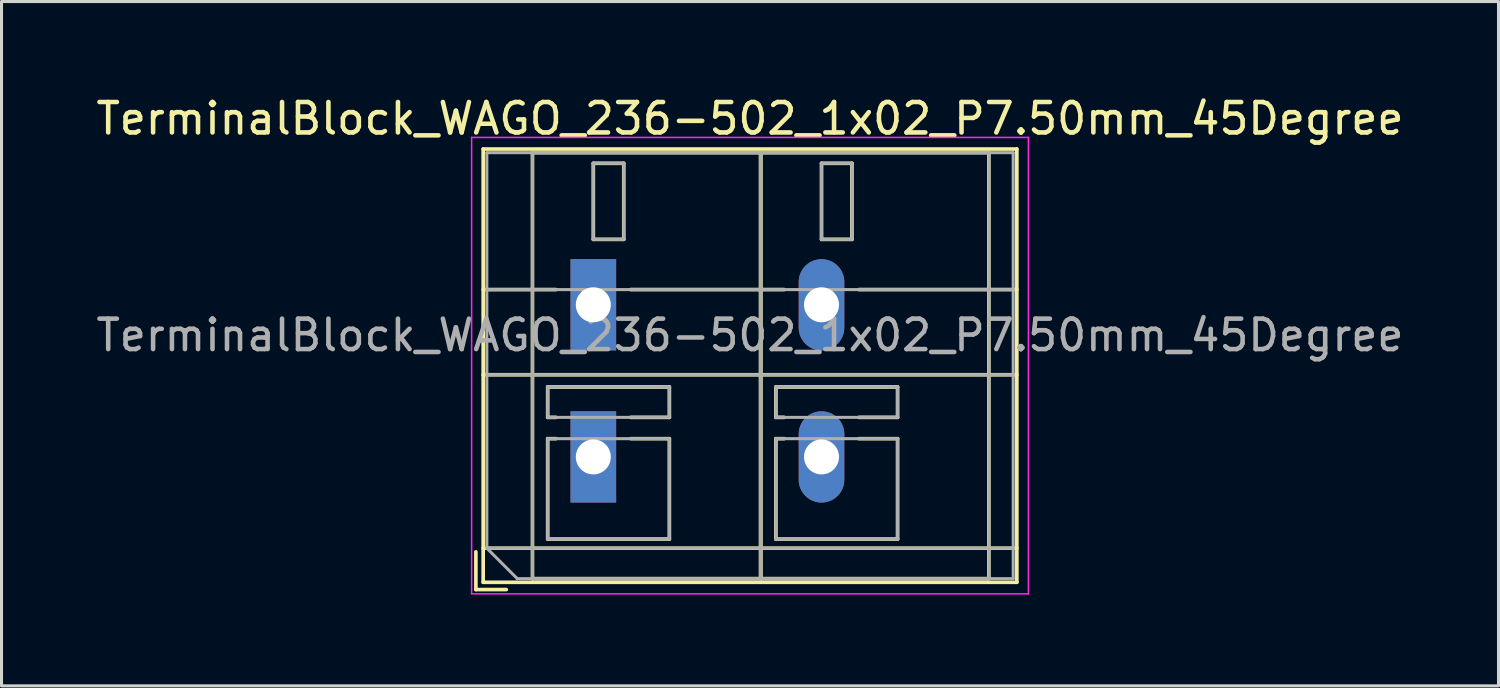
<source format=kicad_pcb>
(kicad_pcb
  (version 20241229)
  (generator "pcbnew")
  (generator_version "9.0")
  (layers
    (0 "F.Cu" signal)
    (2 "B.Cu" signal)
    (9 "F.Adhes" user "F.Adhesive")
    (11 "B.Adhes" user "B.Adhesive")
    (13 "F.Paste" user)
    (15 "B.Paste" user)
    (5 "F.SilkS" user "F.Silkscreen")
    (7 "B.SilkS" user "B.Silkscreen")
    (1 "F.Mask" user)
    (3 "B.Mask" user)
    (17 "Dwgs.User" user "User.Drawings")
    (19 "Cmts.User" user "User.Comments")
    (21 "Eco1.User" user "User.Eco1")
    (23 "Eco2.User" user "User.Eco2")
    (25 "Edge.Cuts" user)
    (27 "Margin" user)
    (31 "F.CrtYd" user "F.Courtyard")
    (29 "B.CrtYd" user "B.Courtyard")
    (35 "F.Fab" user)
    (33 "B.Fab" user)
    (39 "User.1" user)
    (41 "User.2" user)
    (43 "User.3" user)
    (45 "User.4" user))
  (footprint "TerminalBlock_WAGO_236-502_1x02_P7.50mm_45Degree"
    (layer "F.Cu")
    (at 16.451 6.968)
    (property "Reference" "TerminalBlock_WAGO_236-502_1x02_P7.50mm_45Degree" (at 5.15 -6.12 0) (layer "F.SilkS") (effects (font (size 1 1) (thickness 0.15))))
    (attr through_hole)
    (fp_line (start -3.86 8.12) (end -3.86 9.36) (stroke (width 0.12) (type solid)) (layer "F.SilkS"))
    (fp_line (start -3.86 9.36) (end -2.86 9.36) (stroke (width 0.12) (type solid)) (layer "F.SilkS"))
    (fp_line (start -3.62 -5.12) (end -3.62 9.12) (stroke (width 0.12) (type solid)) (layer "F.SilkS"))
    (fp_line (start -3.62 -5.12) (end 13.92 -5.12) (stroke (width 0.12) (type solid)) (layer "F.SilkS"))
    (fp_line (start -3.62 -0.5) (end -1.23 -0.5) (stroke (width 0.12) (type solid)) (layer "F.SilkS"))
    (fp_line (start -3.62 2.3) (end 13.92 2.3) (stroke (width 0.12) (type solid)) (layer "F.SilkS"))
    (fp_line (start -3.62 8) (end 13.92 8) (stroke (width 0.12) (type solid)) (layer "F.SilkS"))
    (fp_line (start -3.62 9.12) (end 13.92 9.12) (stroke (width 0.12) (type solid)) (layer "F.SilkS"))
    (fp_line (start -2 -5) (end -2 9) (stroke (width 0.12) (type solid)) (layer "F.SilkS"))
    (fp_line (start -2 -5) (end 5.5 -5) (stroke (width 0.12) (type solid)) (layer "F.SilkS"))
    (fp_line (start -2 9) (end 5.5 9) (stroke (width 0.12) (type solid)) (layer "F.SilkS"))
    (fp_line (start -1.5 2.7) (end -1.5 3.7) (stroke (width 0.12) (type solid)) (layer "F.SilkS"))
    (fp_line (start -1.5 2.7) (end 2.5 2.7) (stroke (width 0.12) (type solid)) (layer "F.SilkS"))
    (fp_line (start -1.5 3.7) (end -1.23 3.7) (stroke (width 0.12) (type solid)) (layer "F.SilkS"))
    (fp_line (start -1.5 4.4) (end -1.5 7.7) (stroke (width 0.12) (type solid)) (layer "F.SilkS"))
    (fp_line (start -1.5 4.4) (end -1.23 4.4) (stroke (width 0.12) (type solid)) (layer "F.SilkS"))
    (fp_line (start -1.5 7.7) (end 2.5 7.7) (stroke (width 0.12) (type solid)) (layer "F.SilkS"))
    (fp_line (start 0 -4.65) (end 0 -2.151) (stroke (width 0.12) (type solid)) (layer "F.SilkS"))
    (fp_line (start 0 -4.65) (end 1 -4.65) (stroke (width 0.12) (type solid)) (layer "F.SilkS"))
    (fp_line (start 0 -2.151) (end 1 -2.151) (stroke (width 0.12) (type solid)) (layer "F.SilkS"))
    (fp_line (start 1 -4.65) (end 1 -2.151) (stroke (width 0.12) (type solid)) (layer "F.SilkS"))
    (fp_line (start 1.23 -0.5) (end 6.27 -0.5) (stroke (width 0.12) (type solid)) (layer "F.SilkS"))
    (fp_line (start 1.23 3.7) (end 2.5 3.7) (stroke (width 0.12) (type solid)) (layer "F.SilkS"))
    (fp_line (start 1.23 4.4) (end 2.5 4.4) (stroke (width 0.12) (type solid)) (layer "F.SilkS"))
    (fp_line (start 2.5 2.7) (end 2.5 3.7) (stroke (width 0.12) (type solid)) (layer "F.SilkS"))
    (fp_line (start 2.5 4.4) (end 2.5 7.7) (stroke (width 0.12) (type solid)) (layer "F.SilkS"))
    (fp_line (start 5.5 -5) (end 5.5 9) (stroke (width 0.12) (type solid)) (layer "F.SilkS"))
    (fp_line (start 5.5 -5) (end 5.5 9) (stroke (width 0.12) (type solid)) (layer "F.SilkS"))
    (fp_line (start 5.5 -5) (end 13 -5) (stroke (width 0.12) (type solid)) (layer "F.SilkS"))
    (fp_line (start 5.5 9) (end 13 9) (stroke (width 0.12) (type solid)) (layer "F.SilkS"))
    (fp_line (start 6 2.7) (end 6 3.7) (stroke (width 0.12) (type solid)) (layer "F.SilkS"))
    (fp_line (start 6 2.7) (end 10 2.7) (stroke (width 0.12) (type solid)) (layer "F.SilkS"))
    (fp_line (start 6 3.7) (end 6.27 3.7) (stroke (width 0.12) (type solid)) (layer "F.SilkS"))
    (fp_line (start 6 4.4) (end 6 7.7) (stroke (width 0.12) (type solid)) (layer "F.SilkS"))
    (fp_line (start 6 4.4) (end 6.27 4.4) (stroke (width 0.12) (type solid)) (layer "F.SilkS"))
    (fp_line (start 6 7.7) (end 10 7.7) (stroke (width 0.12) (type solid)) (layer "F.SilkS"))
    (fp_line (start 7.5 -4.65) (end 7.5 -2.151) (stroke (width 0.12) (type solid)) (layer "F.SilkS"))
    (fp_line (start 7.5 -4.65) (end 8.5 -4.65) (stroke (width 0.12) (type solid)) (layer "F.SilkS"))
    (fp_line (start 7.5 -2.151) (end 8.5 -2.151) (stroke (width 0.12) (type solid)) (layer "F.SilkS"))
    (fp_line (start 8.5 -4.65) (end 8.5 -2.151) (stroke (width 0.12) (type solid)) (layer "F.SilkS"))
    (fp_line (start 8.73 -0.5) (end 13.92 -0.5) (stroke (width 0.12) (type solid)) (layer "F.SilkS"))
    (fp_line (start 8.73 3.7) (end 10 3.7) (stroke (width 0.12) (type solid)) (layer "F.SilkS"))
    (fp_line (start 8.73 4.4) (end 10 4.4) (stroke (width 0.12) (type solid)) (layer "F.SilkS"))
    (fp_line (start 10 2.7) (end 10 3.7) (stroke (width 0.12) (type solid)) (layer "F.SilkS"))
    (fp_line (start 10 4.4) (end 10 7.7) (stroke (width 0.12) (type solid)) (layer "F.SilkS"))
    (fp_line (start 13 -5) (end 13 9) (stroke (width 0.12) (type solid)) (layer "F.SilkS"))
    (fp_line (start 13.92 -5.12) (end 13.92 9.12) (stroke (width 0.12) (type solid)) (layer "F.SilkS"))
    (fp_line (start -4 -5.5) (end -4 9.5) (stroke (width 0.05) (type solid)) (layer "F.CrtYd"))
    (fp_line (start -4 9.5) (end 14.3 9.5) (stroke (width 0.05) (type solid)) (layer "F.CrtYd"))
    (fp_line (start 14.3 -5.5) (end -4 -5.5) (stroke (width 0.05) (type solid)) (layer "F.CrtYd"))
    (fp_line (start 14.3 9.5) (end 14.3 -5.5) (stroke (width 0.05) (type solid)) (layer "F.CrtYd"))
    (fp_line (start -3.5 -5) (end 13.8 -5) (stroke (width 0.1) (type solid)) (layer "F.Fab"))
    (fp_line (start -3.5 -0.5) (end 13.8 -0.5) (stroke (width 0.1) (type solid)) (layer "F.Fab"))
    (fp_line (start -3.5 2.3) (end 13.8 2.3) (stroke (width 0.1) (type solid)) (layer "F.Fab"))
    (fp_line (start -3.5 8) (end -3.5 -5) (stroke (width 0.1) (type solid)) (layer "F.Fab"))
    (fp_line (start -3.5 8) (end 13.8 8) (stroke (width 0.1) (type solid)) (layer "F.Fab"))
    (fp_line (start -2.5 9) (end -3.5 8) (stroke (width 0.1) (type solid)) (layer "F.Fab"))
    (fp_line (start -2 -5) (end -2 9) (stroke (width 0.1) (type solid)) (layer "F.Fab"))
    (fp_line (start -2 9) (end 5.5 9) (stroke (width 0.1) (type solid)) (layer "F.Fab"))
    (fp_line (start -1.5 2.7) (end -1.5 3.7) (stroke (width 0.1) (type solid)) (layer "F.Fab"))
    (fp_line (start -1.5 3.7) (end 2.5 3.7) (stroke (width 0.1) (type solid)) (layer "F.Fab"))
    (fp_line (start -1.5 4.4) (end -1.5 7.7) (stroke (width 0.1) (type solid)) (layer "F.Fab"))
    (fp_line (start -1.5 7.7) (end 2.5 7.7) (stroke (width 0.1) (type solid)) (layer "F.Fab"))
    (fp_line (start 0 -4.65) (end 0 -2.15) (stroke (width 0.1) (type solid)) (layer "F.Fab"))
    (fp_line (start 0 -2.15) (end 1 -2.15) (stroke (width 0.1) (type solid)) (layer "F.Fab"))
    (fp_line (start 1 -4.65) (end 0 -4.65) (stroke (width 0.1) (type solid)) (layer "F.Fab"))
    (fp_line (start 1 -2.15) (end 1 -4.65) (stroke (width 0.1) (type solid)) (layer "F.Fab"))
    (fp_line (start 2.5 2.7) (end -1.5 2.7) (stroke (width 0.1) (type solid)) (layer "F.Fab"))
    (fp_line (start 2.5 3.7) (end 2.5 2.7) (stroke (width 0.1) (type solid)) (layer "F.Fab"))
    (fp_line (start 2.5 4.4) (end -1.5 4.4) (stroke (width 0.1) (type solid)) (layer "F.Fab"))
    (fp_line (start 2.5 7.7) (end 2.5 4.4) (stroke (width 0.1) (type solid)) (layer "F.Fab"))
    (fp_line (start 5.5 -5) (end -2 -5) (stroke (width 0.1) (type solid)) (layer "F.Fab"))
    (fp_line (start 5.5 -5) (end 5.5 9) (stroke (width 0.1) (type solid)) (layer "F.Fab"))
    (fp_line (start 5.5 9) (end 5.5 -5) (stroke (width 0.1) (type solid)) (layer "F.Fab"))
    (fp_line (start 5.5 9) (end 13 9) (stroke (width 0.1) (type solid)) (layer "F.Fab"))
    (fp_line (start 6 2.7) (end 6 3.7) (stroke (width 0.1) (type solid)) (layer "F.Fab"))
    (fp_line (start 6 3.7) (end 10 3.7) (stroke (width 0.1) (type solid)) (layer "F.Fab"))
    (fp_line (start 6 4.4) (end 6 7.7) (stroke (width 0.1) (type solid)) (layer "F.Fab"))
    (fp_line (start 6 7.7) (end 10 7.7) (stroke (width 0.1) (type solid)) (layer "F.Fab"))
    (fp_line (start 7.5 -4.65) (end 7.5 -2.15) (stroke (width 0.1) (type solid)) (layer "F.Fab"))
    (fp_line (start 7.5 -2.15) (end 8.5 -2.15) (stroke (width 0.1) (type solid)) (layer "F.Fab"))
    (fp_line (start 8.5 -4.65) (end 7.5 -4.65) (stroke (width 0.1) (type solid)) (layer "F.Fab"))
    (fp_line (start 8.5 -2.15) (end 8.5 -4.65) (stroke (width 0.1) (type solid)) (layer "F.Fab"))
    (fp_line (start 10 2.7) (end 6 2.7) (stroke (width 0.1) (type solid)) (layer "F.Fab"))
    (fp_line (start 10 3.7) (end 10 2.7) (stroke (width 0.1) (type solid)) (layer "F.Fab"))
    (fp_line (start 10 4.4) (end 6 4.4) (stroke (width 0.1) (type solid)) (layer "F.Fab"))
    (fp_line (start 10 7.7) (end 10 4.4) (stroke (width 0.1) (type solid)) (layer "F.Fab"))
    (fp_line (start 13 -5) (end 5.5 -5) (stroke (width 0.1) (type solid)) (layer "F.Fab"))
    (fp_line (start 13 9) (end 13 -5) (stroke (width 0.1) (type solid)) (layer "F.Fab"))
    (fp_line (start 13.8 -5) (end 13.8 9) (stroke (width 0.1) (type solid)) (layer "F.Fab"))
    (fp_line (start 13.8 9) (end -2.5 9) (stroke (width 0.1) (type solid)) (layer "F.Fab"))
    (fp_text user "${REFERENCE}" (at 5.15 1 0) (layer "F.Fab") (effects (font (size 1 1) (thickness 0.15))))
    (pad "1" thru_hole rect (at 0 0) (size 1.5 3) (drill 1.15) (layers "*.Cu" "*.Mask"))
    (pad "1" thru_hole rect (at 0 5) (size 1.5 3) (drill 1.15) (layers "*.Cu" "*.Mask"))
    (pad "2" thru_hole oval (at 7.5 0) (size 1.5 3) (drill 1.15) (layers "*.Cu" "*.Mask"))
    (pad "2" thru_hole oval (at 7.5 5) (size 1.5 3) (drill 1.15) (layers "*.Cu" "*.Mask")))
  (gr_rect
    (start -3 -3)
    (end 46.202 19.493)
    (stroke (width 0.1) (type default))
    (fill no)
    (layer "Edge.Cuts")))
</source>
